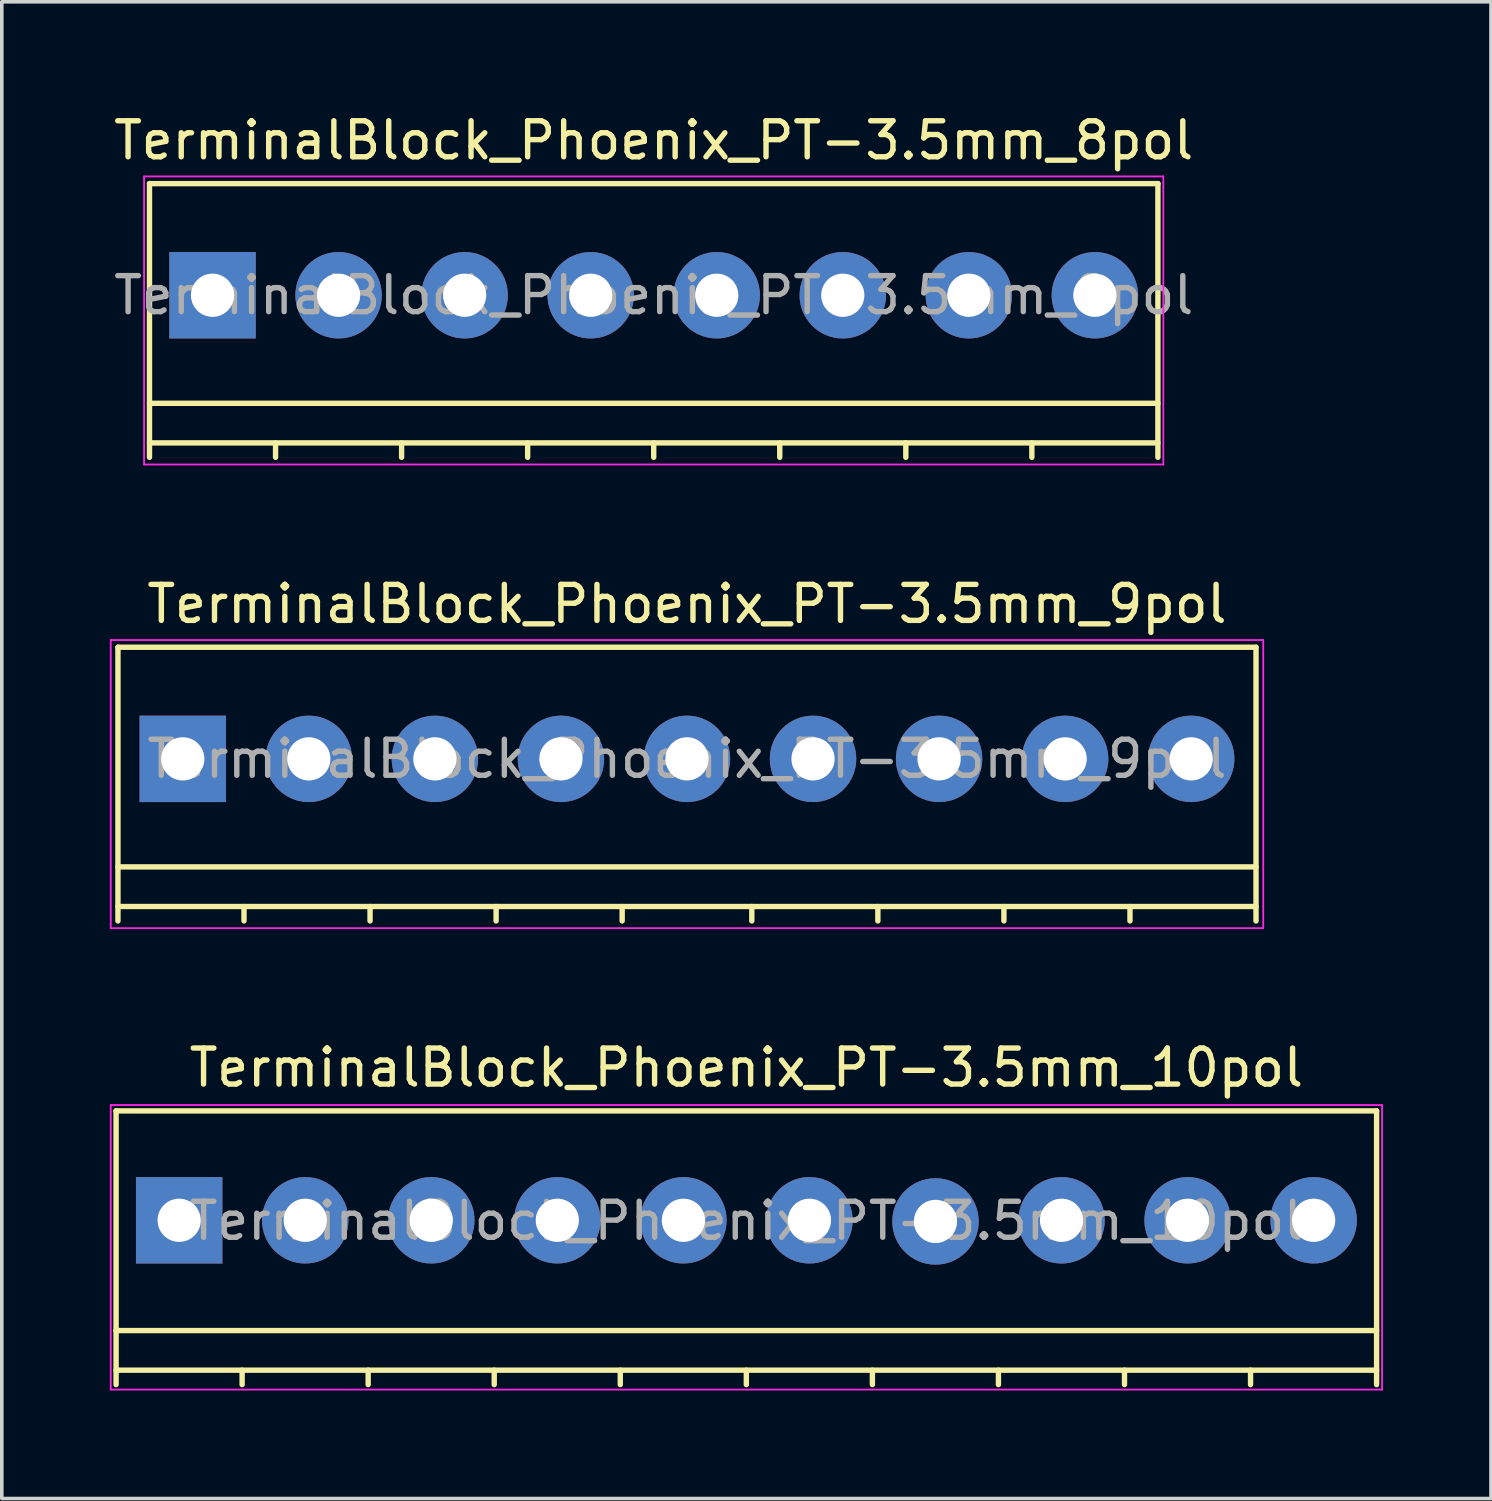
<source format=kicad_pcb>
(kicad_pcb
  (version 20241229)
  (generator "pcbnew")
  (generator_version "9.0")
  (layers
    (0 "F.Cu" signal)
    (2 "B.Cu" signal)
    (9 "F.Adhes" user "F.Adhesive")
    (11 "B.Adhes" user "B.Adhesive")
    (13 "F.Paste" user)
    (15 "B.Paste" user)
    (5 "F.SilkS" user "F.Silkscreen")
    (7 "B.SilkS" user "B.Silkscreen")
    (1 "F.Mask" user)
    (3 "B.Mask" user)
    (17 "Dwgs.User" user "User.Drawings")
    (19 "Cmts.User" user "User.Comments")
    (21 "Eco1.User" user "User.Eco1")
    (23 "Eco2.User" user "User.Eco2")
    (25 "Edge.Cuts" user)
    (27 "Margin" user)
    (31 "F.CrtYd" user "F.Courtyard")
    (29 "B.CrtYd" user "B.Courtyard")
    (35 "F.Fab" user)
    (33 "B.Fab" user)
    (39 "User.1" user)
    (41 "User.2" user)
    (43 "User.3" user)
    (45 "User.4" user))
  (footprint "TerminalBlock_Phoenix_PT-3.5mm_9pol"
    (layer "F.Cu")
    (at 2.025 18.021)
    (property "Reference" "TerminalBlock_Phoenix_PT-3.5mm_9pol" (at 14 -4.3 0) (layer "F.SilkS") (effects (font (size 1 1) (thickness 0.15))))
    (attr through_hole)
    (fp_line (start -1.8 -3.1) (end -1.8 4.5) (stroke (width 0.15) (type solid)) (layer "F.SilkS"))
    (fp_line (start -1.8 3) (end 29.8 3) (stroke (width 0.15) (type solid)) (layer "F.SilkS"))
    (fp_line (start -1.8 4.1) (end 29.8 4.1) (stroke (width 0.15) (type solid)) (layer "F.SilkS"))
    (fp_line (start 1.7 4.1) (end 1.7 4.5) (stroke (width 0.15) (type solid)) (layer "F.SilkS"))
    (fp_line (start 5.2 4.1) (end 5.2 4.5) (stroke (width 0.15) (type solid)) (layer "F.SilkS"))
    (fp_line (start 8.7 4.1) (end 8.7 4.5) (stroke (width 0.15) (type solid)) (layer "F.SilkS"))
    (fp_line (start 12.2 4.1) (end 12.2 4.5) (stroke (width 0.15) (type solid)) (layer "F.SilkS"))
    (fp_line (start 15.8 4.1) (end 15.8 4.5) (stroke (width 0.15) (type solid)) (layer "F.SilkS"))
    (fp_line (start 19.3 4.1) (end 19.3 4.5) (stroke (width 0.15) (type solid)) (layer "F.SilkS"))
    (fp_line (start 22.8 4.1) (end 22.8 4.5) (stroke (width 0.15) (type solid)) (layer "F.SilkS"))
    (fp_line (start 26.3 4.1) (end 26.3 4.5) (stroke (width 0.15) (type solid)) (layer "F.SilkS"))
    (fp_line (start 29.8 -3.1) (end -1.8 -3.1) (stroke (width 0.15) (type solid)) (layer "F.SilkS"))
    (fp_line (start 29.8 4.5) (end 29.8 -3.1) (stroke (width 0.15) (type solid)) (layer "F.SilkS"))
    (fp_line (start -2 -3.3) (end 30 -3.3) (stroke (width 0.05) (type solid)) (layer "F.CrtYd"))
    (fp_line (start -2 4.7) (end -2 -3.3) (stroke (width 0.05) (type solid)) (layer "F.CrtYd"))
    (fp_line (start 30 -3.3) (end 30 4.7) (stroke (width 0.05) (type solid)) (layer "F.CrtYd"))
    (fp_line (start 30 4.7) (end -2 4.7) (stroke (width 0.05) (type solid)) (layer "F.CrtYd"))
    (fp_text user "${REFERENCE}" (at 14 0 0) (layer "F.Fab") (effects (font (size 1 1) (thickness 0.15))))
    (pad "1" thru_hole rect (at 0 0) (size 2.4 2.4) (drill 1.2) (layers "*.Cu" "*.Mask"))
    (pad "2" thru_hole circle (at 3.5 0) (size 2.4 2.4) (drill 1.2) (layers "*.Cu" "*.Mask"))
    (pad "3" thru_hole circle (at 7 0) (size 2.4 2.4) (drill 1.2) (layers "*.Cu" "*.Mask"))
    (pad "4" thru_hole circle (at 10.5 0) (size 2.4 2.4) (drill 1.2) (layers "*.Cu" "*.Mask"))
    (pad "5" thru_hole circle (at 14 0) (size 2.4 2.4) (drill 1.2) (layers "*.Cu" "*.Mask"))
    (pad "6" thru_hole circle (at 17.5 0) (size 2.4 2.4) (drill 1.2) (layers "*.Cu" "*.Mask"))
    (pad "7" thru_hole circle (at 21 0) (size 2.4 2.4) (drill 1.2) (layers "*.Cu" "*.Mask"))
    (pad "8" thru_hole circle (at 24.5 0) (size 2.4 2.4) (drill 1.2) (layers "*.Cu" "*.Mask"))
    (pad "9" thru_hole circle (at 28 0) (size 2.4 2.4) (drill 1.2) (layers "*.Cu" "*.Mask")))
  (footprint "TerminalBlock_Phoenix_PT-3.5mm_10pol"
    (layer "F.Cu")
    (at 1.925 30.833)
    (property "Reference" "TerminalBlock_Phoenix_PT-3.5mm_10pol" (at 15.748 -4.238 0) (layer "F.SilkS") (effects (font (size 1 1) (thickness 0.15))))
    (attr through_hole)
    (fp_line (start -1.752 -3.038) (end -1.752 4.562) (stroke (width 0.15) (type solid)) (layer "F.SilkS"))
    (fp_line (start -1.752 3.062) (end 33.248 3.062) (stroke (width 0.15) (type solid)) (layer "F.SilkS"))
    (fp_line (start -1.752 4.162) (end 33.248 4.162) (stroke (width 0.15) (type solid)) (layer "F.SilkS"))
    (fp_line (start 1.748 4.162) (end 1.748 4.562) (stroke (width 0.15) (type solid)) (layer "F.SilkS"))
    (fp_line (start 5.248 4.162) (end 5.248 4.562) (stroke (width 0.15) (type solid)) (layer "F.SilkS"))
    (fp_line (start 8.748 4.162) (end 8.748 4.562) (stroke (width 0.15) (type solid)) (layer "F.SilkS"))
    (fp_line (start 12.248 4.162) (end 12.248 4.562) (stroke (width 0.15) (type solid)) (layer "F.SilkS"))
    (fp_line (start 15.748 4.162) (end 15.748 4.562) (stroke (width 0.15) (type solid)) (layer "F.SilkS"))
    (fp_line (start 19.248 4.162) (end 19.248 4.562) (stroke (width 0.15) (type solid)) (layer "F.SilkS"))
    (fp_line (start 22.748 4.162) (end 22.748 4.562) (stroke (width 0.15) (type solid)) (layer "F.SilkS"))
    (fp_line (start 26.248 4.162) (end 26.248 4.562) (stroke (width 0.15) (type solid)) (layer "F.SilkS"))
    (fp_line (start 29.748 4.162) (end 29.748 4.562) (stroke (width 0.15) (type solid)) (layer "F.SilkS"))
    (fp_line (start 33.248 -3.038) (end -1.752 -3.038) (stroke (width 0.15) (type solid)) (layer "F.SilkS"))
    (fp_line (start 33.248 4.562) (end 33.248 -3.038) (stroke (width 0.15) (type solid)) (layer "F.SilkS"))
    (fp_line (start -1.9 -3.2) (end 33.4 -3.2) (stroke (width 0.05) (type solid)) (layer "F.CrtYd"))
    (fp_line (start -1.9 4.7) (end -1.9 -3.2) (stroke (width 0.05) (type solid)) (layer "F.CrtYd"))
    (fp_line (start 33.4 -3.2) (end 33.4 4.7) (stroke (width 0.05) (type solid)) (layer "F.CrtYd"))
    (fp_line (start 33.4 4.7) (end -1.9 4.7) (stroke (width 0.05) (type solid)) (layer "F.CrtYd"))
    (fp_text user "${REFERENCE}" (at 15.75 0.016 0) (layer "F.Fab") (effects (font (size 1 1) (thickness 0.15))))
    (pad "1" thru_hole rect (at 0 0 180) (size 2.4 2.4) (drill 1.2) (layers "*.Cu" "*.Mask"))
    (pad "2" thru_hole circle (at 3.5 0 180) (size 2.4 2.4) (drill 1.2) (layers "*.Cu" "*.Mask"))
    (pad "3" thru_hole circle (at 7 0 180) (size 2.4 2.4) (drill 1.2) (layers "*.Cu" "*.Mask"))
    (pad "4" thru_hole circle (at 10.5 0 180) (size 2.4 2.4) (drill 1.2) (layers "*.Cu" "*.Mask"))
    (pad "5" thru_hole circle (at 14 0 180) (size 2.4 2.4) (drill 1.2) (layers "*.Cu" "*.Mask"))
    (pad "6" thru_hole circle (at 17.5 0 180) (size 2.4 2.4) (drill 1.2) (layers "*.Cu" "*.Mask"))
    (pad "7" thru_hole circle (at 21 0.032 180) (size 2.4 2.4) (drill 1.2) (layers "*.Cu" "*.Mask"))
    (pad "8" thru_hole circle (at 24.5 0 180) (size 2.4 2.4) (drill 1.2) (layers "*.Cu" "*.Mask"))
    (pad "9" thru_hole circle (at 28 0 180) (size 2.4 2.4) (drill 1.2) (layers "*.Cu" "*.Mask"))
    (pad "10" thru_hole circle (at 31.5 0 180) (size 2.4 2.4) (drill 1.2) (layers "*.Cu" "*.Mask")))
  (footprint "TerminalBlock_Phoenix_PT-3.5mm_8pol"
    (layer "F.Cu")
    (at 2.851 5.148)
    (property "Reference" "TerminalBlock_Phoenix_PT-3.5mm_8pol" (at 12.25 -4.3 0) (layer "F.SilkS") (effects (font (size 1 1) (thickness 0.15))))
    (attr through_hole)
    (fp_line (start -1.75 -3.1) (end -1.75 4.5) (stroke (width 0.15) (type solid)) (layer "F.SilkS"))
    (fp_line (start -1.75 3) (end 26.25 3) (stroke (width 0.15) (type solid)) (layer "F.SilkS"))
    (fp_line (start -1.75 4.1) (end 26.25 4.1) (stroke (width 0.15) (type solid)) (layer "F.SilkS"))
    (fp_line (start 1.75 4.1) (end 1.75 4.5) (stroke (width 0.15) (type solid)) (layer "F.SilkS"))
    (fp_line (start 5.25 4.1) (end 5.25 4.5) (stroke (width 0.15) (type solid)) (layer "F.SilkS"))
    (fp_line (start 8.75 4.1) (end 8.75 4.5) (stroke (width 0.15) (type solid)) (layer "F.SilkS"))
    (fp_line (start 12.25 4.1) (end 12.25 4.5) (stroke (width 0.15) (type solid)) (layer "F.SilkS"))
    (fp_line (start 15.75 4.1) (end 15.75 4.5) (stroke (width 0.15) (type solid)) (layer "F.SilkS"))
    (fp_line (start 19.25 4.1) (end 19.25 4.5) (stroke (width 0.15) (type solid)) (layer "F.SilkS"))
    (fp_line (start 22.75 4.1) (end 22.75 4.5) (stroke (width 0.15) (type solid)) (layer "F.SilkS"))
    (fp_line (start 26.25 -3.1) (end -1.75 -3.1) (stroke (width 0.15) (type solid)) (layer "F.SilkS"))
    (fp_line (start 26.25 4.5) (end 26.25 -3.1) (stroke (width 0.15) (type solid)) (layer "F.SilkS"))
    (fp_line (start -1.9 -3.3) (end 26.4 -3.3) (stroke (width 0.05) (type solid)) (layer "F.CrtYd"))
    (fp_line (start -1.9 4.7) (end -1.9 -3.3) (stroke (width 0.05) (type solid)) (layer "F.CrtYd"))
    (fp_line (start 26.4 -3.3) (end 26.4 4.7) (stroke (width 0.05) (type solid)) (layer "F.CrtYd"))
    (fp_line (start 26.4 4.7) (end -1.9 4.7) (stroke (width 0.05) (type solid)) (layer "F.CrtYd"))
    (fp_text user "${REFERENCE}" (at 12.25 0 0) (layer "F.Fab") (effects (font (size 1 1) (thickness 0.15))))
    (pad "1" thru_hole rect (at 0 0) (size 2.4 2.4) (drill 1.2) (layers "*.Cu" "*.Mask"))
    (pad "2" thru_hole circle (at 3.5 0) (size 2.4 2.4) (drill 1.2) (layers "*.Cu" "*.Mask"))
    (pad "3" thru_hole circle (at 7 0) (size 2.4 2.4) (drill 1.2) (layers "*.Cu" "*.Mask"))
    (pad "4" thru_hole circle (at 10.5 0) (size 2.4 2.4) (drill 1.2) (layers "*.Cu" "*.Mask"))
    (pad "5" thru_hole circle (at 14 0) (size 2.4 2.4) (drill 1.2) (layers "*.Cu" "*.Mask"))
    (pad "6" thru_hole circle (at 17.5 0) (size 2.4 2.4) (drill 1.2) (layers "*.Cu" "*.Mask"))
    (pad "7" thru_hole circle (at 21 0) (size 2.4 2.4) (drill 1.2) (layers "*.Cu" "*.Mask"))
    (pad "8" thru_hole circle (at 24.5 0) (size 2.4 2.4) (drill 1.2) (layers "*.Cu" "*.Mask")))
  (gr_rect
    (start -3 -3)
    (end 38.35 38.558)
    (stroke (width 0.1) (type default))
    (fill no)
    (layer "Edge.Cuts")))
</source>
